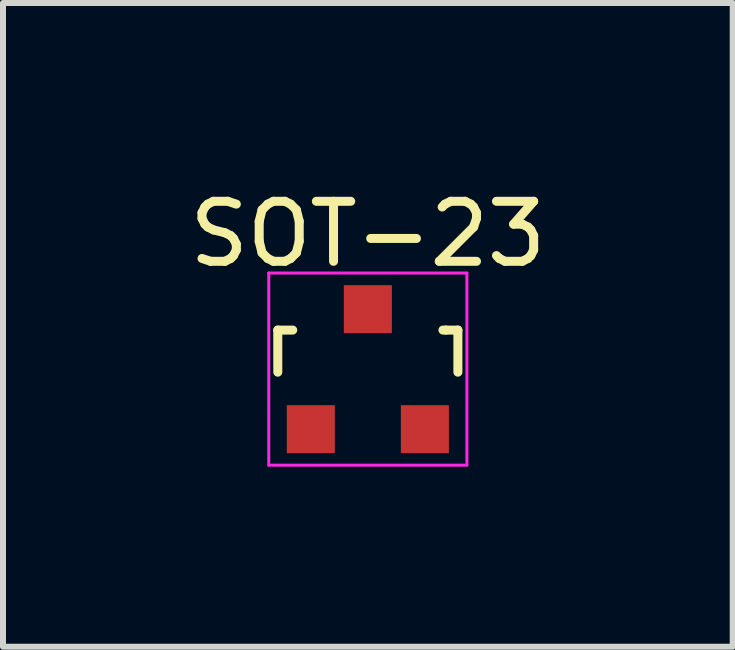
<source format=kicad_pcb>
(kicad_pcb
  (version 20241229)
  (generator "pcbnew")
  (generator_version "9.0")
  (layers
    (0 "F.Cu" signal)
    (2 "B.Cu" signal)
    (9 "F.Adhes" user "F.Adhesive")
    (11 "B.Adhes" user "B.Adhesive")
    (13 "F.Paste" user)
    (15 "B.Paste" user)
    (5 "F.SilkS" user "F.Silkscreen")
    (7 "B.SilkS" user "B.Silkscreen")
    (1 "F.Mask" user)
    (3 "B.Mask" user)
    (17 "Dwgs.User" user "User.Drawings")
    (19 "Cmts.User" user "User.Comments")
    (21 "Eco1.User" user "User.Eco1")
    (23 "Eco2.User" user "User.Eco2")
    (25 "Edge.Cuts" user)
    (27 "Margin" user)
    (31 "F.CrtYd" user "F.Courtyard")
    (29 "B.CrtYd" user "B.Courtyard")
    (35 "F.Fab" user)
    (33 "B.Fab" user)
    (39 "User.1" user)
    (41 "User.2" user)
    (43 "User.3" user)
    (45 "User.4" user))
  (footprint "SOT-23"
    (layer "F.Cu")
    (at 3.077 3.098)
    (property "Reference" "SOT-23" (at 0 -2.25 0) (layer "F.SilkS") (effects (font (size 1 1) (thickness 0.15))))
    (attr smd)
    (fp_line (start -1.5 -0.65) (end -1.251 -0.65) (stroke (width 0.15) (type solid)) (layer "F.SilkS"))
    (fp_line (start -1.5 0.051) (end -1.5 -0.65) (stroke (width 0.15) (type solid)) (layer "F.SilkS"))
    (fp_line (start 1.299 -0.65) (end 1.251 -0.65) (stroke (width 0.15) (type solid)) (layer "F.SilkS"))
    (fp_line (start 1.299 -0.65) (end 1.5 -0.65) (stroke (width 0.15) (type solid)) (layer "F.SilkS"))
    (fp_line (start 1.5 -0.65) (end 1.5 0.051) (stroke (width 0.15) (type solid)) (layer "F.SilkS"))
    (fp_line (start -1.65 -1.6) (end 1.65 -1.6) (stroke (width 0.05) (type solid)) (layer "F.CrtYd"))
    (fp_line (start -1.65 1.6) (end -1.65 -1.6) (stroke (width 0.05) (type solid)) (layer "F.CrtYd"))
    (fp_line (start 1.65 -1.6) (end 1.65 1.6) (stroke (width 0.05) (type solid)) (layer "F.CrtYd"))
    (fp_line (start 1.65 1.6) (end -1.65 1.6) (stroke (width 0.05) (type solid)) (layer "F.CrtYd"))
    (pad "D" smd rect (at 0 -0.998) (size 0.8 0.8) (layers "F.Cu" "F.Mask" "F.Paste"))
    (pad "G" smd rect (at -0.95 1.001) (size 0.8 0.8) (layers "F.Cu" "F.Mask" "F.Paste"))
    (pad "S" smd rect (at 0.95 1.001) (size 0.8 0.8) (layers "F.Cu" "F.Mask" "F.Paste")))
  (gr_rect
    (start -3 -3)
    (end 9.155 7.723)
    (stroke (width 0.1) (type default))
    (fill no)
    (layer "Edge.Cuts")))
</source>
